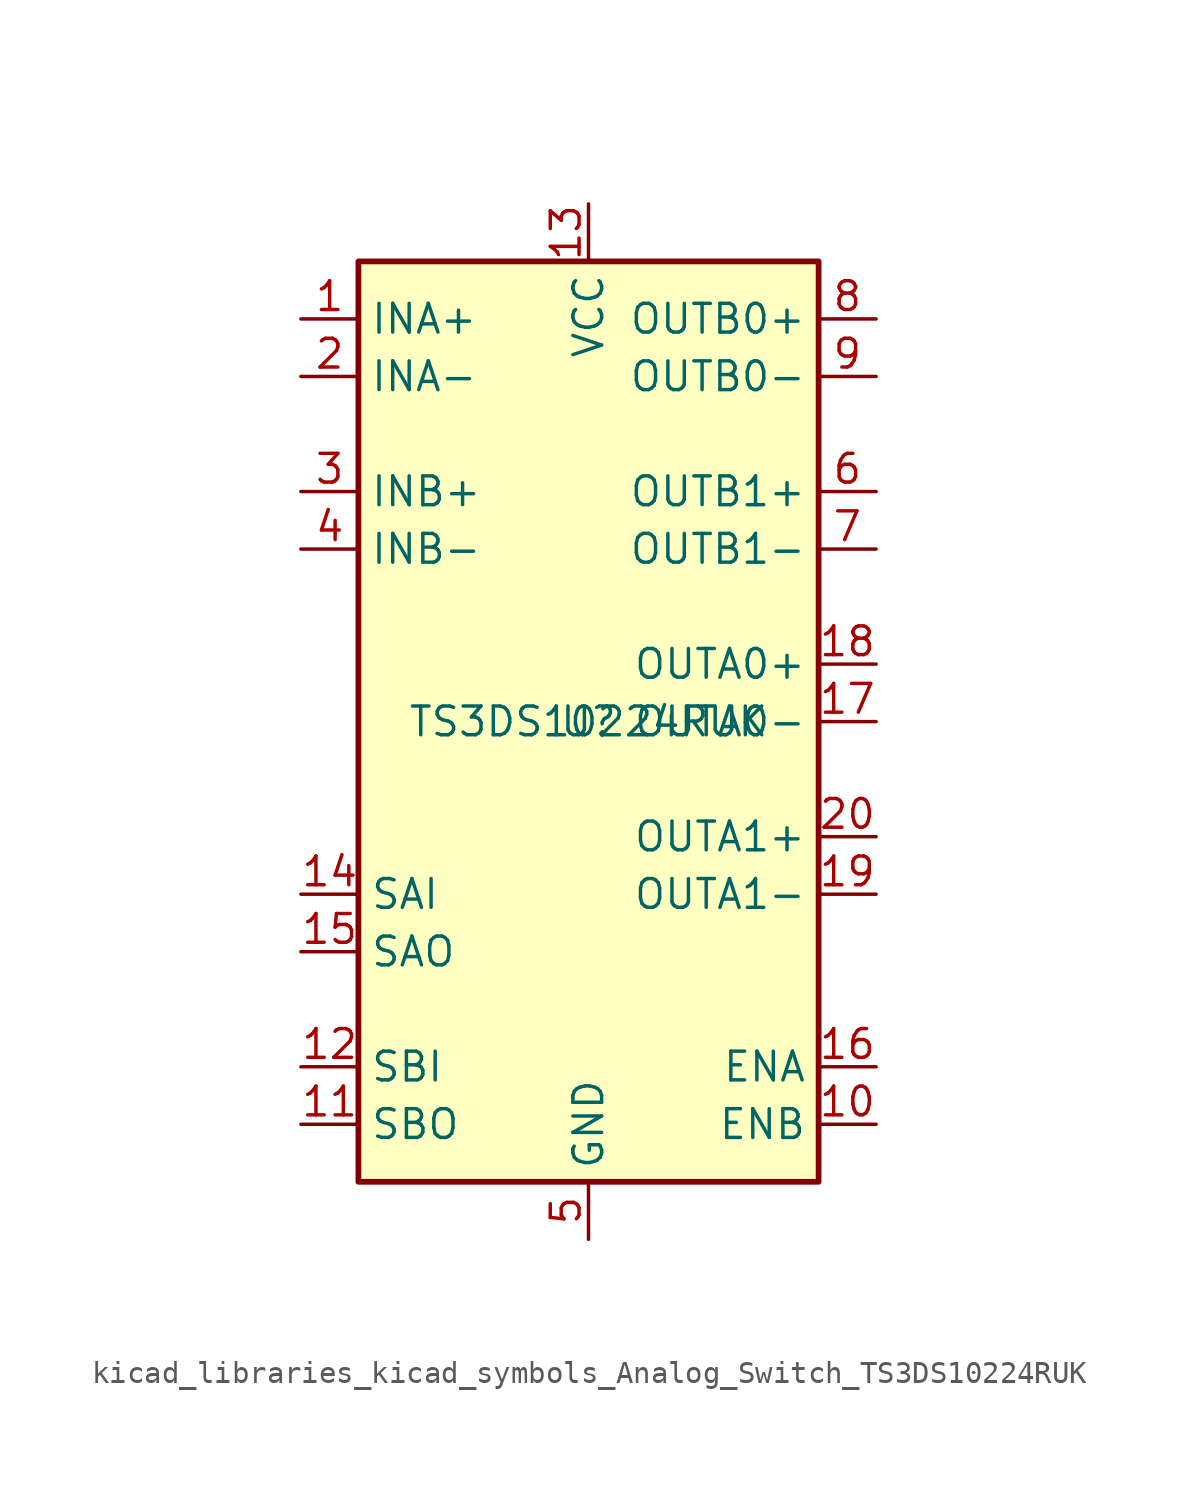
<source format=kicad_sym>
(kicad_symbol_lib
  (version 20220914)
  (generator kicad_symbol_editor)
  (symbol "kicad_libraries_kicad_symbols_Analog_Switch_TS3DS10224RUK"
    (property "Reference" "U"
      (at 0 0 0)
      (effects (font (size 1.27 1.27))))
    (property "Value" "TS3DS10224RUK"
      (at 0 0 0)
      (effects (font (size 1.27 1.27))))
    (symbol "kicad_libraries_kicad_symbols_Analog_Switch_TS3DS10224RUK_0_1"
      (rectangle (start -10.16 20.32) (end 10.16 -20.32) (stroke (width 0.254) (type default)) (fill (type background))))
    (symbol "kicad_libraries_kicad_symbols_Analog_Switch_TS3DS10224RUK_1_1"
      (pin bidirectional line (at -12.7 17.78 0) (length 2.54) (name "INA+" (effects (font (size 1.27 1.27)))) (number "1" (effects (font (size 1.27 1.27)))))
      (pin input line (at 12.7 -17.78 180) (length 2.54) (name "ENB" (effects (font (size 1.27 1.27)))) (number "10" (effects (font (size 1.27 1.27)))))
      (pin input line (at -12.7 -17.78 0) (length 2.54) (name "SBO" (effects (font (size 1.27 1.27)))) (number "11" (effects (font (size 1.27 1.27)))))
      (pin input line (at -12.7 -15.24 0) (length 2.54) (name "SBI" (effects (font (size 1.27 1.27)))) (number "12" (effects (font (size 1.27 1.27)))))
      (pin power_in line (at 0 22.86 270) (length 2.54) (name "VCC" (effects (font (size 1.27 1.27)))) (number "13" (effects (font (size 1.27 1.27)))))
      (pin input line (at -12.7 -7.62 0) (length 2.54) (name "SAI" (effects (font (size 1.27 1.27)))) (number "14" (effects (font (size 1.27 1.27)))))
      (pin input line (at -12.7 -10.16 0) (length 2.54) (name "SAO" (effects (font (size 1.27 1.27)))) (number "15" (effects (font (size 1.27 1.27)))))
      (pin input line (at 12.7 -15.24 180) (length 2.54) (name "ENA" (effects (font (size 1.27 1.27)))) (number "16" (effects (font (size 1.27 1.27)))))
      (pin bidirectional line (at 12.7 0 180) (length 2.54) (name "OUTA0-" (effects (font (size 1.27 1.27)))) (number "17" (effects (font (size 1.27 1.27)))))
      (pin bidirectional line (at 12.7 2.54 180) (length 2.54) (name "OUTA0+" (effects (font (size 1.27 1.27)))) (number "18" (effects (font (size 1.27 1.27)))))
      (pin bidirectional line (at 12.7 -7.62 180) (length 2.54) (name "OUTA1-" (effects (font (size 1.27 1.27)))) (number "19" (effects (font (size 1.27 1.27)))))
      (pin bidirectional line (at -12.7 15.24 0) (length 2.54) (name "INA-" (effects (font (size 1.27 1.27)))) (number "2" (effects (font (size 1.27 1.27)))))
      (pin bidirectional line (at 12.7 -5.08 180) (length 2.54) (name "OUTA1+" (effects (font (size 1.27 1.27)))) (number "20" (effects (font (size 1.27 1.27)))))
      (pin bidirectional line (at -12.7 10.16 0) (length 2.54) (name "INB+" (effects (font (size 1.27 1.27)))) (number "3" (effects (font (size 1.27 1.27)))))
      (pin bidirectional line (at -12.7 7.62 0) (length 2.54) (name "INB-" (effects (font (size 1.27 1.27)))) (number "4" (effects (font (size 1.27 1.27)))))
      (pin power_in line (at 0 -22.86 90) (length 2.54) (name "GND" (effects (font (size 1.27 1.27)))) (number "5" (effects (font (size 1.27 1.27)))))
      (pin bidirectional line (at 12.7 10.16 180) (length 2.54) (name "OUTB1+" (effects (font (size 1.27 1.27)))) (number "6" (effects (font (size 1.27 1.27)))))
      (pin bidirectional line (at 12.7 7.62 180) (length 2.54) (name "OUTB1-" (effects (font (size 1.27 1.27)))) (number "7" (effects (font (size 1.27 1.27)))))
      (pin bidirectional line (at 12.7 17.78 180) (length 2.54) (name "OUTB0+" (effects (font (size 1.27 1.27)))) (number "8" (effects (font (size 1.27 1.27)))))
      (pin bidirectional line (at 12.7 15.24 180) (length 2.54) (name "OUTB0-" (effects (font (size 1.27 1.27)))) (number "9" (effects (font (size 1.27 1.27))))))))
</source>
